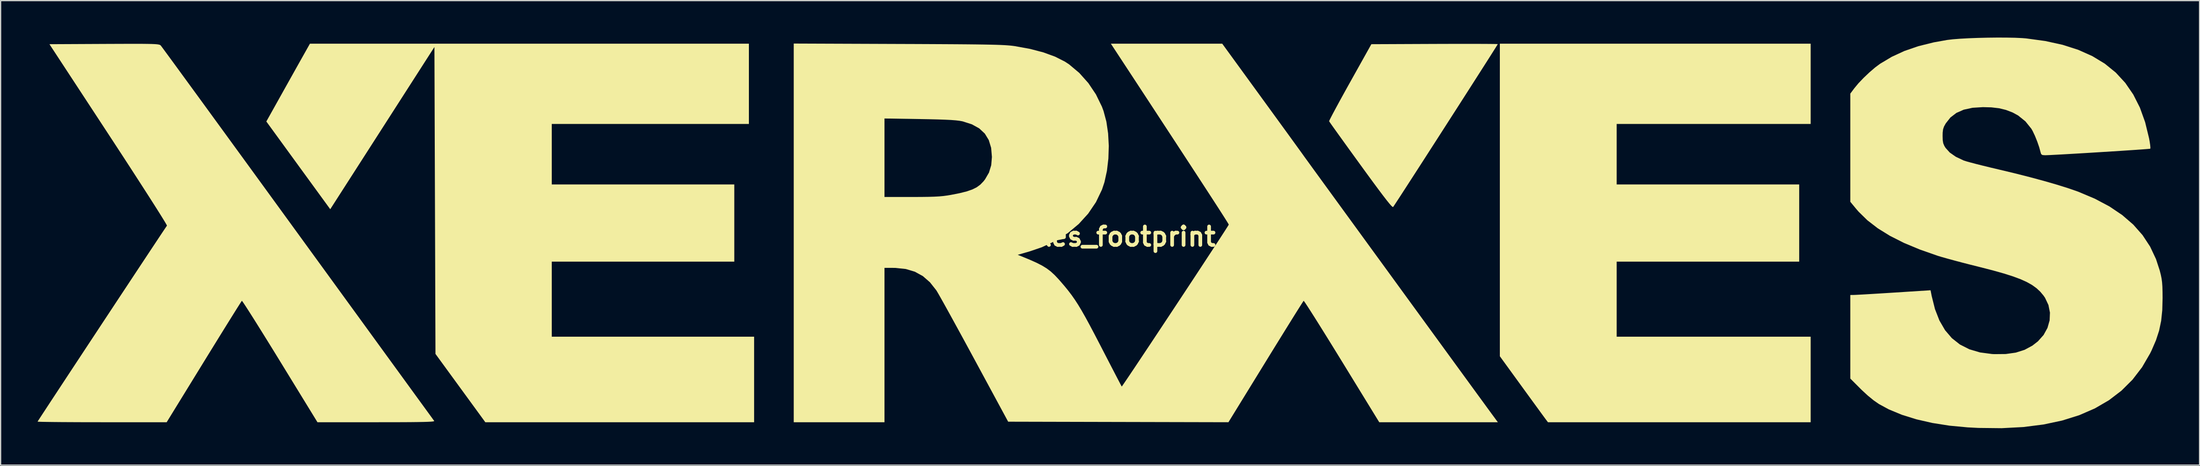
<source format=kicad_pcb>
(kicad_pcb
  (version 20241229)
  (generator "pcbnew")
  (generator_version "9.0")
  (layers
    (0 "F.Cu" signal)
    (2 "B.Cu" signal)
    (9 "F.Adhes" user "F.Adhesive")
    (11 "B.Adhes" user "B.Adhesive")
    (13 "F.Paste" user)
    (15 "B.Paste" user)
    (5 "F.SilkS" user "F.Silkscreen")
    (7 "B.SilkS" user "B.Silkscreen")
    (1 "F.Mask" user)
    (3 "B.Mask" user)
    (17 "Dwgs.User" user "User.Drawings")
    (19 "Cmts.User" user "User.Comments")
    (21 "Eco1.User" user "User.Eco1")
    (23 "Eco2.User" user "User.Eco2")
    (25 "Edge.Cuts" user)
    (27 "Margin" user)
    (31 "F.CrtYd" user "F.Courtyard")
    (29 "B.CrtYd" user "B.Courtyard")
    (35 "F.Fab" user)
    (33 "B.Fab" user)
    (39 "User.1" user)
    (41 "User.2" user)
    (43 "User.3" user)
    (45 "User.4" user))
  (footprint "Xerxes_footprint"
    (layer "F.Cu")
    (at 86.529 16.159)
    (property "Reference" "Xerxes_footprint" (at 0 0 0) (layer "F.SilkS") (effects (font (size 1.5 1.5) (thickness 0.3))))
    (attr board_only exclude_from_pos_files exclude_from_bom)
    (fp_poly (pts (xy 57.404 -12.404) (xy 57.404 -9.144) (xy 49.53 -9.144) (xy 41.656 -9.144) (xy 41.656 -6.689) (xy 41.656 -4.233) (xy 49.064 -4.233) (xy 56.473 -4.233) (xy 56.473 -1.101) (xy 56.473 2.032) (xy 49.064 2.032) (xy 41.656 2.032) (xy 41.656 5.08) (xy 41.656 8.128) (xy 49.53 8.128) (xy 57.404 8.128) (xy 57.404 11.599) (xy 57.404 15.071) (xy 46.74 15.071) (xy 36.077 15.071) (xy 35.87 14.796) (xy 35.772 14.663) (xy 35.588 14.412) (xy 35.331 14.059) (xy 35.013 13.623) (xy 34.648 13.122) (xy 34.249 12.574) (xy 33.918 12.118) (xy 32.173 9.716) (xy 32.173 -2.974) (xy 32.173 -15.663) (xy 44.789 -15.663) (xy 57.404 -15.663)) (stroke (width 0) (type solid)) (fill yes) (layer "F.SilkS"))
    (fp_poly (pts (xy -28.787 -12.404) (xy -28.787 -9.144) (xy -36.788 -9.144) (xy -44.789 -9.144) (xy -44.789 -6.689) (xy -44.789 -4.233) (xy -37.38 -4.233) (xy -29.972 -4.233) (xy -29.972 -1.101) (xy -29.972 2.032) (xy -37.38 2.032) (xy -44.789 2.032) (xy -44.789 5.08) (xy -44.789 8.128) (xy -36.576 8.128) (xy -28.363 8.128) (xy -28.363 11.599) (xy -28.363 15.071) (xy -39.273 15.071) (xy -50.183 15.071) (xy -52.206 12.298) (xy -54.229 9.525) (xy -54.271 -2.935) (xy -54.314 -15.394) (xy -58.542 -8.808) (xy -62.771 -2.222) (xy -63.89 -3.757) (xy -64.255 -4.258) (xy -64.691 -4.857) (xy -65.171 -5.515) (xy -65.664 -6.193) (xy -66.144 -6.852) (xy -66.484 -7.319) (xy -67.959 -9.345) (xy -66.82 -11.383) (xy -66.479 -11.993) (xy -66.127 -12.622) (xy -65.783 -13.236) (xy -65.468 -13.799) (xy -65.201 -14.275) (xy -65.051 -14.541) (xy -64.42 -15.663) (xy -46.603 -15.663) (xy -28.787 -15.663)) (stroke (width 0) (type solid)) (fill yes) (layer "F.SilkS"))
    (fp_poly (pts (xy 30.161 -15.648) (xy 30.779 -15.646) (xy 31.287 -15.643) (xy 31.671 -15.639) (xy 31.914 -15.634) (xy 32.004 -15.628) (xy 32.004 -15.627) (xy 31.959 -15.55) (xy 31.831 -15.343) (xy 31.626 -15.018) (xy 31.353 -14.587) (xy 31.019 -14.063) (xy 30.632 -13.457) (xy 30.2 -12.781) (xy 29.731 -12.048) (xy 29.232 -11.269) (xy 28.712 -10.458) (xy 28.177 -9.626) (xy 27.637 -8.785) (xy 27.099 -7.947) (xy 26.569 -7.124) (xy 26.058 -6.329) (xy 25.571 -5.574) (xy 25.117 -4.871) (xy 24.704 -4.232) (xy 24.339 -3.668) (xy 24.031 -3.193) (xy 23.786 -2.819) (xy 23.614 -2.557) (xy 23.521 -2.419) (xy 23.507 -2.402) (xy 23.458 -2.414) (xy 23.357 -2.507) (xy 23.199 -2.688) (xy 22.976 -2.963) (xy 22.684 -3.342) (xy 22.317 -3.83) (xy 21.868 -4.436) (xy 21.332 -5.168) (xy 20.874 -5.798) (xy 20.381 -6.478) (xy 19.918 -7.117) (xy 19.496 -7.703) (xy 19.123 -8.221) (xy 18.809 -8.658) (xy 18.564 -9.002) (xy 18.397 -9.239) (xy 18.318 -9.357) (xy 18.313 -9.366) (xy 18.347 -9.454) (xy 18.457 -9.673) (xy 18.632 -10.009) (xy 18.866 -10.445) (xy 19.148 -10.965) (xy 19.472 -11.554) (xy 19.827 -12.196) (xy 20.015 -12.531) (xy 21.742 -15.621) (xy 26.873 -15.643) (xy 27.788 -15.646) (xy 28.65 -15.648) (xy 29.446 -15.649)) (stroke (width 0) (type solid)) (fill yes) (layer "F.SilkS"))
    (fp_poly (pts (xy -78.058 -15.65) (xy -77.613 -15.645) (xy -77.267 -15.638) (xy -77.008 -15.627) (xy -76.821 -15.612) (xy -76.693 -15.592) (xy -76.609 -15.568) (xy -76.557 -15.539) (xy -76.532 -15.516) (xy -76.469 -15.434) (xy -76.312 -15.222) (xy -76.064 -14.885) (xy -75.73 -14.43) (xy -75.315 -13.863) (xy -74.824 -13.19) (xy -74.26 -12.417) (xy -73.628 -11.552) (xy -72.934 -10.6) (xy -72.181 -9.566) (xy -71.374 -8.459) (xy -70.518 -7.283) (xy -69.616 -6.045) (xy -68.675 -4.752) (xy -67.698 -3.409) (xy -66.69 -2.023) (xy -65.655 -0.6) (xy -65.403 -0.254) (xy -64.364 1.176) (xy -63.35 2.57) (xy -62.366 3.923) (xy -61.418 5.227) (xy -60.509 6.476) (xy -59.645 7.665) (xy -58.829 8.787) (xy -58.066 9.836) (xy -57.36 10.806) (xy -56.717 11.69) (xy -56.141 12.482) (xy -55.636 13.176) (xy -55.206 13.766) (xy -54.857 14.245) (xy -54.593 14.608) (xy -54.419 14.848) (xy -54.338 14.958) (xy -54.333 14.965) (xy -54.345 14.988) (xy -54.429 15.008) (xy -54.594 15.025) (xy -54.852 15.038) (xy -55.214 15.049) (xy -55.69 15.057) (xy -56.292 15.064) (xy -57.029 15.068) (xy -57.914 15.07) (xy -58.956 15.071) (xy -59.03 15.071) (xy -63.809 15.071) (xy -66.845 10.122) (xy -67.355 9.292) (xy -67.841 8.507) (xy -68.294 7.778) (xy -68.707 7.117) (xy -69.073 6.535) (xy -69.385 6.045) (xy -69.635 5.657) (xy -69.816 5.384) (xy -69.921 5.236) (xy -69.945 5.213) (xy -69.999 5.29) (xy -70.134 5.5) (xy -70.343 5.83) (xy -70.618 6.269) (xy -70.953 6.805) (xy -71.339 7.426) (xy -71.769 8.12) (xy -72.236 8.876) (xy -72.733 9.681) (xy -73.029 10.162) (xy -76.049 15.071) (xy -81.289 15.071) (xy -82.214 15.07) (xy -83.087 15.068) (xy -83.893 15.064) (xy -84.618 15.06) (xy -85.248 15.054) (xy -85.769 15.047) (xy -86.165 15.04) (xy -86.423 15.032) (xy -86.528 15.023) (xy -86.529 15.022) (xy -86.484 14.949) (xy -86.352 14.745) (xy -86.141 14.422) (xy -85.858 13.991) (xy -85.511 13.461) (xy -85.106 12.846) (xy -84.651 12.154) (xy -84.153 11.397) (xy -83.619 10.587) (xy -83.056 9.733) (xy -82.472 8.847) (xy -81.873 7.94) (xy -81.268 7.022) (xy -80.662 6.105) (xy -80.064 5.199) (xy -79.48 4.316) (xy -78.918 3.466) (xy -78.385 2.66) (xy -77.888 1.909) (xy -77.434 1.223) (xy -77.03 0.615) (xy -76.685 0.094) (xy -76.404 -0.328) (xy -76.195 -0.64) (xy -76.065 -0.832) (xy -76.026 -0.889) (xy -76.063 -0.97) (xy -76.187 -1.183) (xy -76.392 -1.518) (xy -76.672 -1.967) (xy -77.021 -2.519) (xy -77.433 -3.165) (xy -77.903 -3.896) (xy -78.423 -4.702) (xy -78.987 -5.574) (xy -79.591 -6.503) (xy -80.228 -7.478) (xy -80.764 -8.297) (xy -85.565 -15.621) (xy -81.118 -15.643) (xy -80.134 -15.647) (xy -79.305 -15.65) (xy -78.618 -15.651)) (stroke (width 0) (type solid)) (fill yes) (layer "F.SilkS"))
    (fp_poly (pts (xy 73.316 -16.156) (xy 73.999 -16.143) (xy 74.578 -16.116) (xy 74.901 -16.09) (xy 76.446 -15.879) (xy 77.853 -15.571) (xy 79.126 -15.163) (xy 80.268 -14.653) (xy 81.283 -14.038) (xy 82.173 -13.315) (xy 82.941 -12.482) (xy 83.592 -11.535) (xy 84.129 -10.473) (xy 84.554 -9.291) (xy 84.872 -7.988) (xy 84.922 -7.717) (xy 84.964 -7.434) (xy 84.982 -7.224) (xy 84.974 -7.137) (xy 84.885 -7.125) (xy 84.647 -7.105) (xy 84.279 -7.077) (xy 83.801 -7.043) (xy 83.231 -7.005) (xy 82.59 -6.963) (xy 81.897 -6.918) (xy 81.171 -6.873) (xy 80.433 -6.827) (xy 79.701 -6.782) (xy 78.995 -6.74) (xy 78.335 -6.702) (xy 77.739 -6.668) (xy 77.229 -6.641) (xy 76.822 -6.62) (xy 76.539 -6.609) (xy 76.434 -6.606) (xy 76.22 -6.621) (xy 76.116 -6.695) (xy 76.069 -6.837) (xy 75.959 -7.246) (xy 75.798 -7.713) (xy 75.611 -8.177) (xy 75.422 -8.576) (xy 75.315 -8.761) (xy 74.834 -9.358) (xy 74.24 -9.836) (xy 73.796 -10.077) (xy 73.257 -10.284) (xy 72.698 -10.42) (xy 72.071 -10.493) (xy 71.387 -10.511) (xy 70.544 -10.459) (xy 69.829 -10.304) (xy 69.234 -10.042) (xy 68.749 -9.671) (xy 68.37 -9.19) (xy 68.229 -8.938) (xy 68.152 -8.712) (xy 68.119 -8.44) (xy 68.114 -8.171) (xy 68.124 -7.823) (xy 68.165 -7.578) (xy 68.252 -7.369) (xy 68.351 -7.207) (xy 68.692 -6.827) (xy 69.179 -6.485) (xy 69.791 -6.194) (xy 69.846 -6.172) (xy 70.051 -6.107) (xy 70.396 -6.011) (xy 70.852 -5.891) (xy 71.395 -5.755) (xy 71.996 -5.608) (xy 72.631 -5.458) (xy 72.686 -5.445) (xy 73.974 -5.137) (xy 75.196 -4.827) (xy 76.331 -4.521) (xy 77.361 -4.224) (xy 78.266 -3.942) (xy 79.026 -3.68) (xy 79.129 -3.642) (xy 80.472 -3.076) (xy 81.662 -2.445) (xy 82.701 -1.744) (xy 83.595 -0.97) (xy 84.346 -0.12) (xy 84.959 0.812) (xy 85.437 1.827) (xy 85.739 2.752) (xy 85.827 3.098) (xy 85.889 3.403) (xy 85.93 3.71) (xy 85.955 4.061) (xy 85.967 4.5) (xy 85.971 4.995) (xy 85.946 5.971) (xy 85.856 6.835) (xy 85.689 7.634) (xy 85.434 8.417) (xy 85.082 9.232) (xy 84.959 9.483) (xy 84.306 10.606) (xy 83.531 11.614) (xy 82.634 12.507) (xy 81.614 13.286) (xy 80.472 13.95) (xy 79.207 14.499) (xy 77.818 14.934) (xy 76.306 15.255) (xy 74.668 15.462) (xy 72.907 15.555) (xy 71.02 15.534) (xy 70.137 15.488) (xy 68.668 15.35) (xy 67.279 15.131) (xy 65.985 14.835) (xy 64.803 14.466) (xy 63.749 14.029) (xy 62.942 13.592) (xy 62.517 13.296) (xy 62.036 12.903) (xy 61.546 12.451) (xy 61.447 12.353) (xy 60.621 11.527) (xy 60.621 8.134) (xy 60.621 4.741) (xy 60.939 4.737) (xy 61.097 4.73) (xy 61.402 4.714) (xy 61.832 4.69) (xy 62.365 4.658) (xy 62.979 4.621) (xy 63.651 4.579) (xy 64.197 4.545) (xy 67.137 4.357) (xy 67.228 4.824) (xy 67.495 5.889) (xy 67.855 6.812) (xy 68.312 7.598) (xy 68.867 8.247) (xy 69.522 8.763) (xy 70.282 9.148) (xy 71.147 9.404) (xy 72.12 9.533) (xy 72.305 9.543) (xy 73.239 9.534) (xy 74.054 9.42) (xy 74.769 9.194) (xy 75.402 8.853) (xy 75.852 8.502) (xy 76.311 7.988) (xy 76.628 7.412) (xy 76.802 6.799) (xy 76.828 6.172) (xy 76.705 5.554) (xy 76.429 4.969) (xy 76.296 4.777) (xy 76.034 4.466) (xy 75.732 4.186) (xy 75.376 3.929) (xy 74.95 3.689) (xy 74.437 3.458) (xy 73.822 3.23) (xy 73.091 2.997) (xy 72.226 2.754) (xy 71.212 2.492) (xy 71.005 2.44) (xy 70.338 2.273) (xy 69.673 2.102) (xy 69.042 1.934) (xy 68.479 1.78) (xy 68.016 1.649) (xy 67.703 1.554) (xy 66.258 1.047) (xy 64.973 0.511) (xy 63.841 -0.061) (xy 62.855 -0.671) (xy 62.007 -1.325) (xy 61.291 -2.026) (xy 61.085 -2.265) (xy 60.621 -2.827) (xy 60.621 -7.217) (xy 60.621 -11.607) (xy 60.95 -12.047) (xy 61.279 -12.444) (xy 61.702 -12.887) (xy 62.17 -13.331) (xy 62.636 -13.731) (xy 63.034 -14.028) (xy 63.983 -14.595) (xy 65.013 -15.07) (xy 66.144 -15.459) (xy 67.395 -15.77) (xy 68.495 -15.966) (xy 68.949 -16.019) (xy 69.539 -16.065) (xy 70.229 -16.103) (xy 70.985 -16.131) (xy 71.775 -16.15) (xy 72.563 -16.159)) (stroke (width 0) (type solid)) (fill yes) (layer "F.SilkS"))
    (fp_poly (pts (xy -16.658 -15.64) (xy -15.245 -15.635) (xy -13.989 -15.629) (xy -12.882 -15.623) (xy -11.912 -15.617) (xy -11.067 -15.61) (xy -10.338 -15.602) (xy -9.714 -15.593) (xy -9.183 -15.583) (xy -8.736 -15.572) (xy -8.36 -15.559) (xy -8.046 -15.544) (xy -7.782 -15.527) (xy -7.559 -15.508) (xy -7.364 -15.486) (xy -7.197 -15.463) (xy -5.966 -15.239) (xy -4.874 -14.953) (xy -3.927 -14.607) (xy -3.13 -14.203) (xy -2.792 -13.981) (xy -1.965 -13.286) (xy -1.232 -12.465) (xy -0.615 -11.545) (xy -0.13 -10.551) (xy 0.003 -10.194) (xy 0.232 -9.337) (xy 0.373 -8.379) (xy 0.428 -7.366) (xy 0.395 -6.339) (xy 0.278 -5.342) (xy 0.076 -4.418) (xy -0.125 -3.815) (xy -0.613 -2.798) (xy -1.244 -1.866) (xy -2.008 -1.026) (xy -2.896 -0.286) (xy -3.899 0.347) (xy -5.009 0.865) (xy -5.98 1.196) (xy -6.962 1.479) (xy -6.677 1.594) (xy -5.992 1.876) (xy -5.439 2.123) (xy -4.989 2.353) (xy -4.613 2.583) (xy -4.284 2.832) (xy -3.971 3.119) (xy -3.647 3.462) (xy -3.485 3.646) (xy -3.158 4.027) (xy -2.864 4.388) (xy -2.59 4.748) (xy -2.326 5.124) (xy -2.059 5.536) (xy -1.778 6.003) (xy -1.47 6.544) (xy -1.126 7.177) (xy -0.732 7.922) (xy -0.277 8.796) (xy -0.196 8.953) (xy 0.154 9.631) (xy 0.48 10.261) (xy 0.774 10.828) (xy 1.027 11.316) (xy 1.232 11.708) (xy 1.38 11.991) (xy 1.463 12.147) (xy 1.478 12.174) (xy 1.528 12.11) (xy 1.662 11.916) (xy 1.874 11.605) (xy 2.156 11.187) (xy 2.498 10.677) (xy 2.894 10.084) (xy 3.335 9.421) (xy 3.815 8.701) (xy 4.323 7.934) (xy 4.854 7.133) (xy 5.399 6.31) (xy 5.95 5.477) (xy 6.499 4.646) (xy 7.038 3.829) (xy 7.56 3.037) (xy 8.056 2.282) (xy 8.518 1.577) (xy 8.94 0.934) (xy 9.312 0.364) (xy 9.627 -0.121) (xy 9.877 -0.508) (xy 10.055 -0.786) (xy 10.151 -0.943) (xy 10.167 -0.974) (xy 10.133 -1.04) (xy 10.029 -1.211) (xy 9.854 -1.49) (xy 9.606 -1.879) (xy 9.283 -2.381) (xy 8.883 -2.999) (xy 8.405 -3.735) (xy 7.847 -4.592) (xy 7.208 -5.572) (xy 6.485 -6.678) (xy 5.678 -7.912) (xy 4.783 -9.278) (xy 3.801 -10.778) (xy 2.728 -12.415) (xy 1.749 -13.907) (xy 0.596 -15.663) (xy 5.117 -15.663) (xy 9.637 -15.663) (xy 12.883 -11.202) (xy 13.446 -10.428) (xy 13.982 -9.691) (xy 14.482 -9.003) (xy 14.938 -8.376) (xy 15.34 -7.821) (xy 15.68 -7.352) (xy 15.95 -6.979) (xy 16.141 -6.715) (xy 16.243 -6.572) (xy 16.256 -6.553) (xy 16.317 -6.468) (xy 16.472 -6.255) (xy 16.713 -5.923) (xy 17.033 -5.481) (xy 17.427 -4.94) (xy 17.887 -4.307) (xy 18.408 -3.592) (xy 18.981 -2.804) (xy 19.601 -1.952) (xy 20.261 -1.046) (xy 20.954 -0.094) (xy 21.674 0.895) (xy 22.414 1.91) (xy 23.167 2.944) (xy 23.926 3.987) (xy 24.686 5.031) (xy 25.439 6.064) (xy 26.179 7.08) (xy 26.899 8.068) (xy 27.593 9.02) (xy 28.253 9.926) (xy 28.873 10.777) (xy 29.447 11.564) (xy 29.968 12.279) (xy 30.429 12.911) (xy 30.824 13.451) (xy 31.145 13.892) (xy 31.387 14.222) (xy 31.542 14.434) (xy 31.559 14.457) (xy 32.011 15.071) (xy 27.196 15.071) (xy 22.382 15.071) (xy 19.346 10.122) (xy 18.835 9.292) (xy 18.35 8.507) (xy 17.897 7.778) (xy 17.484 7.117) (xy 17.118 6.535) (xy 16.806 6.045) (xy 16.556 5.657) (xy 16.375 5.384) (xy 16.27 5.236) (xy 16.246 5.213) (xy 16.192 5.29) (xy 16.057 5.5) (xy 15.848 5.83) (xy 15.572 6.269) (xy 15.238 6.805) (xy 14.852 7.426) (xy 14.422 8.12) (xy 13.954 8.876) (xy 13.457 9.681) (xy 13.162 10.162) (xy 10.141 15.071) (xy 1.2 15.05) (xy -7.741 15.028) (xy -10.496 9.935) (xy -10.969 9.063) (xy -11.425 8.224) (xy -11.858 7.432) (xy -12.259 6.7) (xy -12.621 6.043) (xy -12.937 5.473) (xy -13.2 5.004) (xy -13.401 4.651) (xy -13.533 4.426) (xy -13.57 4.366) (xy -14.088 3.711) (xy -14.663 3.209) (xy -15.311 2.852) (xy -16.046 2.632) (xy -16.882 2.543) (xy -17.078 2.54) (xy -17.78 2.54) (xy -17.78 8.805) (xy -17.78 15.071) (xy -21.463 15.071) (xy -25.146 15.071) (xy -25.146 -0.301) (xy -25.146 -6.403) (xy -17.78 -6.403) (xy -17.78 -3.217) (xy -15.551 -3.217) (xy -14.818 -3.219) (xy -14.224 -3.227) (xy -13.742 -3.241) (xy -13.341 -3.263) (xy -12.993 -3.295) (xy -12.668 -3.339) (xy -12.397 -3.384) (xy -11.681 -3.525) (xy -11.108 -3.668) (xy -10.653 -3.825) (xy -10.29 -4.006) (xy -9.994 -4.225) (xy -9.739 -4.491) (xy -9.617 -4.648) (xy -9.298 -5.197) (xy -9.115 -5.797) (xy -9.059 -6.465) (xy -9.122 -7.204) (xy -9.313 -7.834) (xy -9.634 -8.36) (xy -10.09 -8.786) (xy -10.683 -9.114) (xy -11.417 -9.35) (xy -11.474 -9.363) (xy -11.699 -9.404) (xy -11.992 -9.438) (xy -12.372 -9.467) (xy -12.854 -9.491) (xy -13.458 -9.512) (xy -14.199 -9.53) (xy -14.922 -9.543) (xy -17.78 -9.589) (xy -17.78 -6.403) (xy -25.146 -6.403) (xy -25.146 -15.673)) (stroke (width 0) (type solid)) (fill yes) (layer "F.SilkS")))
  (gr_rect
    (start -3 -3)
    (end 175.501 34.714)
    (stroke (width 0.1) (type default))
    (fill no)
    (layer "Edge.Cuts")))
</source>
